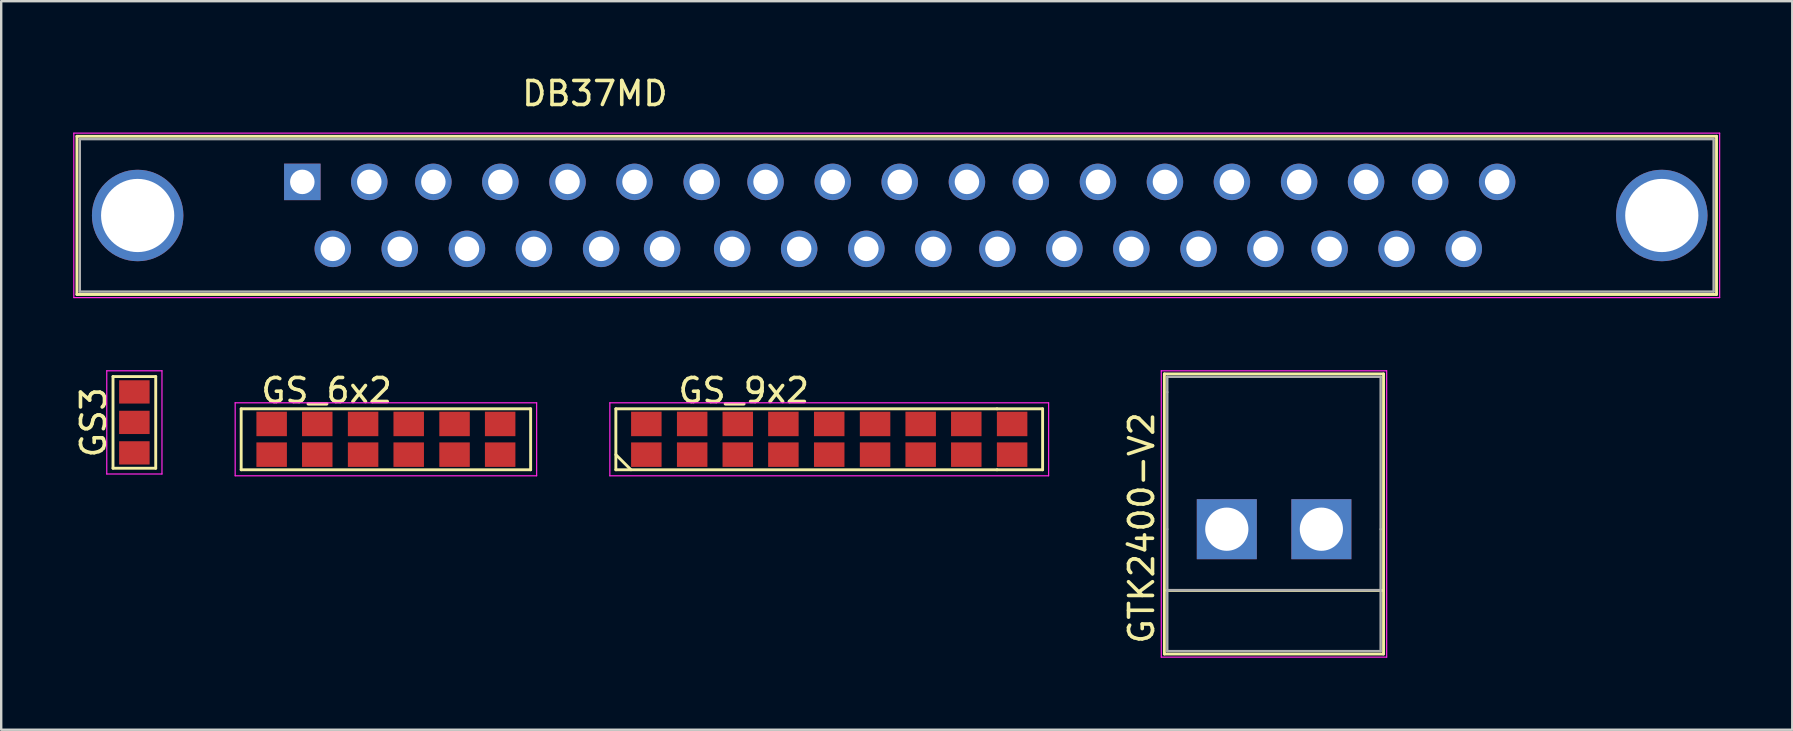
<source format=kicad_pcb>
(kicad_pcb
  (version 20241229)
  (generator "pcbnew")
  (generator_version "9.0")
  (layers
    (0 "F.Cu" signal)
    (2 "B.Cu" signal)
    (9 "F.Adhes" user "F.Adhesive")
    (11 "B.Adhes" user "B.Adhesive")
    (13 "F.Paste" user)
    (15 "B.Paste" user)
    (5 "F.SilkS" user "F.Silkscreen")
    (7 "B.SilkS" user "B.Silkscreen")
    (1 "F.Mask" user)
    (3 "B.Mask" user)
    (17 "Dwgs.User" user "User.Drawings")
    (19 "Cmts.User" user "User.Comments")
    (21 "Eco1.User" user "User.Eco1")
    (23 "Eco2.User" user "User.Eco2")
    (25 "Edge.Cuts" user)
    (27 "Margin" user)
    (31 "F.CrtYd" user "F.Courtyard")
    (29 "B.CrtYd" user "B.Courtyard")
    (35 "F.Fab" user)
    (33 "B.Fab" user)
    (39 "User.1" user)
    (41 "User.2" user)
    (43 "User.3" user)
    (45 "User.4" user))
  (footprint "GS_6x2"
    (layer "F.Cu")
    (at 13.028 15.252)
    (property "Reference" "GS_6x2" (at -2.47 -2.03 0) (layer "F.SilkS") (effects (font (size 1 1) (thickness 0.15))))
    (attr smd)
    (fp_line (start -6.03 -1.27) (end 6.03 -1.27) (stroke (width 0.12) (type solid)) (layer "F.SilkS"))
    (fp_line (start -6.03 1.27) (end -6.03 -1.27) (stroke (width 0.12) (type solid)) (layer "F.SilkS"))
    (fp_line (start 6.03 -1.27) (end 6.03 1.27) (stroke (width 0.12) (type solid)) (layer "F.SilkS"))
    (fp_line (start 6.03 1.27) (end -6.03 1.27) (stroke (width 0.12) (type solid)) (layer "F.SilkS"))
    (fp_line (start -6.28 -1.52) (end -6.28 1.52) (stroke (width 0.05) (type solid)) (layer "F.CrtYd"))
    (fp_line (start -6.28 -1.52) (end 6.28 -1.52) (stroke (width 0.05) (type solid)) (layer "F.CrtYd"))
    (fp_line (start 6.28 1.52) (end -6.28 1.52) (stroke (width 0.05) (type solid)) (layer "F.CrtYd"))
    (fp_line (start 6.28 1.52) (end 6.28 -1.52) (stroke (width 0.05) (type solid)) (layer "F.CrtYd"))
    (pad "1" smd rect (at -4.76 0.64) (size 1.27 1.02) (layers "F.Cu" "F.Mask" "F.Paste"))
    (pad "2" smd rect (at -4.76 -0.64) (size 1.27 1.02) (layers "F.Cu" "F.Mask" "F.Paste"))
    (pad "3" smd rect (at -2.86 0.64) (size 1.27 1.02) (layers "F.Cu" "F.Mask" "F.Paste"))
    (pad "4" smd rect (at -2.86 -0.64) (size 1.27 1.02) (layers "F.Cu" "F.Mask" "F.Paste"))
    (pad "5" smd rect (at -0.95 0.64) (size 1.27 1.02) (layers "F.Cu" "F.Mask" "F.Paste"))
    (pad "6" smd rect (at -0.95 -0.64) (size 1.27 1.02) (layers "F.Cu" "F.Mask" "F.Paste"))
    (pad "7" smd rect (at 0.95 0.64) (size 1.27 1.02) (layers "F.Cu" "F.Mask" "F.Paste"))
    (pad "8" smd rect (at 0.95 -0.64) (size 1.27 1.02) (layers "F.Cu" "F.Mask" "F.Paste"))
    (pad "9" smd rect (at 2.86 0.64) (size 1.27 1.02) (layers "F.Cu" "F.Mask" "F.Paste"))
    (pad "10" smd rect (at 2.86 -0.64) (size 1.27 1.02) (layers "F.Cu" "F.Mask" "F.Paste"))
    (pad "11" smd rect (at 4.76 0.64) (size 1.27 1.02) (layers "F.Cu" "F.Mask" "F.Paste"))
    (pad "12" smd rect (at 4.76 -0.64) (size 1.27 1.02) (layers "F.Cu" "F.Mask" "F.Paste")))
  (footprint "GS3"
    (layer "F.Cu")
    (at 2.548 14.548)
    (property "Reference" "GS3" (at -1.7 0 90) (layer "F.SilkS") (effects (font (size 1 1) (thickness 0.15))))
    (attr smd)
    (fp_line (start -0.89 -1.91) (end -0.89 1.91) (stroke (width 0.12) (type solid)) (layer "F.SilkS"))
    (fp_line (start -0.89 -1.91) (end 0.89 -1.91) (stroke (width 0.12) (type solid)) (layer "F.SilkS"))
    (fp_line (start -0.89 1.91) (end 0.89 1.91) (stroke (width 0.12) (type solid)) (layer "F.SilkS"))
    (fp_line (start 0.89 1.91) (end 0.89 -1.91) (stroke (width 0.12) (type solid)) (layer "F.SilkS"))
    (fp_line (start -1.15 -2.15) (end 1.15 -2.15) (stroke (width 0.05) (type solid)) (layer "F.CrtYd"))
    (fp_line (start -1.15 2.15) (end -1.15 -2.15) (stroke (width 0.05) (type solid)) (layer "F.CrtYd"))
    (fp_line (start 1.15 -2.15) (end 1.15 2.15) (stroke (width 0.05) (type solid)) (layer "F.CrtYd"))
    (fp_line (start 1.15 2.15) (end -1.15 2.15) (stroke (width 0.05) (type solid)) (layer "F.CrtYd"))
    (pad "1" smd rect (at 0 -1.27) (size 1.27 0.97) (layers "F.Cu" "F.Mask" "F.Paste"))
    (pad "2" smd rect (at 0 0) (size 1.27 0.97) (layers "F.Cu" "F.Mask" "F.Paste"))
    (pad "3" smd rect (at 0 1.27) (size 1.27 0.97) (layers "F.Cu" "F.Mask" "F.Paste")))
  (footprint "DB37MD"
    (layer "F.Cu")
    (at 9.545 4.528)
    (property "Reference" "DB37MD" (at 12.19 -3.68 0) (layer "F.SilkS") (effects (font (size 1 1) (thickness 0.15))))
    (attr through_hole)
    (fp_line (start -9.39 -1.9) (end -9.39 4.69) (stroke (width 0.12) (type solid)) (layer "F.SilkS"))
    (fp_line (start -9.39 -1.9) (end 58.92 -1.9) (stroke (width 0.12) (type solid)) (layer "F.SilkS"))
    (fp_line (start 58.92 4.69) (end -9.39 4.69) (stroke (width 0.12) (type solid)) (layer "F.SilkS"))
    (fp_line (start 58.92 4.69) (end 58.92 -1.9) (stroke (width 0.12) (type solid)) (layer "F.SilkS"))
    (fp_line (start -9.52 -2.03) (end -9.52 4.82) (stroke (width 0.05) (type solid)) (layer "F.CrtYd"))
    (fp_line (start -9.52 -2.03) (end 59.05 -2.03) (stroke (width 0.05) (type solid)) (layer "F.CrtYd"))
    (fp_line (start 59.05 4.82) (end -9.52 4.82) (stroke (width 0.05) (type solid)) (layer "F.CrtYd"))
    (fp_line (start 59.05 4.82) (end 59.05 -2.03) (stroke (width 0.05) (type solid)) (layer "F.CrtYd"))
    (fp_line (start -9.27 -1.78) (end -9.27 -1.78) (stroke (width 0.1) (type solid)) (layer "F.Fab"))
    (fp_line (start -9.27 -1.78) (end -9.27 4.57) (stroke (width 0.1) (type solid)) (layer "F.Fab"))
    (fp_line (start -9.27 4.57) (end 58.8 4.57) (stroke (width 0.1) (type solid)) (layer "F.Fab"))
    (fp_line (start 58.8 -1.78) (end -9.27 -1.78) (stroke (width 0.1) (type solid)) (layer "F.Fab"))
    (fp_line (start 58.8 4.57) (end 58.8 -1.78) (stroke (width 0.1) (type solid)) (layer "F.Fab"))
    (pad "" thru_hole circle (at -6.86 1.4) (size 3.81 3.81) (drill 3.05) (layers "*.Cu" "*.Mask"))
    (pad "" thru_hole circle (at 56.64 1.4) (size 3.81 3.81) (drill 3.05) (layers "*.Cu" "*.Mask"))
    (pad "1" thru_hole rect (at 0 0) (size 1.52 1.52) (drill 1.02) (layers "*.Cu" "*.Mask"))
    (pad "2" thru_hole circle (at 2.79 0) (size 1.52 1.52) (drill 1.02) (layers "*.Cu" "*.Mask"))
    (pad "3" thru_hole circle (at 5.46 0) (size 1.52 1.52) (drill 1.02) (layers "*.Cu" "*.Mask"))
    (pad "4" thru_hole circle (at 8.25 0) (size 1.52 1.52) (drill 1.02) (layers "*.Cu" "*.Mask"))
    (pad "5" thru_hole circle (at 11.05 0) (size 1.52 1.52) (drill 1.02) (layers "*.Cu" "*.Mask"))
    (pad "6" thru_hole circle (at 13.84 0) (size 1.52 1.52) (drill 1.02) (layers "*.Cu" "*.Mask"))
    (pad "7" thru_hole circle (at 16.64 0) (size 1.52 1.52) (drill 1.02) (layers "*.Cu" "*.Mask"))
    (pad "8" thru_hole circle (at 19.3 0) (size 1.52 1.52) (drill 1.02) (layers "*.Cu" "*.Mask"))
    (pad "9" thru_hole circle (at 22.1 0) (size 1.52 1.52) (drill 1.02) (layers "*.Cu" "*.Mask"))
    (pad "10" thru_hole circle (at 24.89 0) (size 1.52 1.52) (drill 1.02) (layers "*.Cu" "*.Mask"))
    (pad "11" thru_hole circle (at 27.69 0) (size 1.52 1.52) (drill 1.02) (layers "*.Cu" "*.Mask"))
    (pad "12" thru_hole circle (at 30.35 0) (size 1.52 1.52) (drill 1.02) (layers "*.Cu" "*.Mask"))
    (pad "13" thru_hole circle (at 33.15 0) (size 1.52 1.52) (drill 1.02) (layers "*.Cu" "*.Mask"))
    (pad "14" thru_hole circle (at 35.94 0) (size 1.52 1.52) (drill 1.02) (layers "*.Cu" "*.Mask"))
    (pad "15" thru_hole circle (at 38.73 0) (size 1.52 1.52) (drill 1.02) (layers "*.Cu" "*.Mask"))
    (pad "16" thru_hole circle (at 41.53 0) (size 1.52 1.52) (drill 1.02) (layers "*.Cu" "*.Mask"))
    (pad "17" thru_hole circle (at 44.32 0) (size 1.52 1.52) (drill 1.02) (layers "*.Cu" "*.Mask"))
    (pad "18" thru_hole circle (at 46.99 0) (size 1.52 1.52) (drill 1.02) (layers "*.Cu" "*.Mask"))
    (pad "19" thru_hole circle (at 49.78 0) (size 1.52 1.52) (drill 1.02) (layers "*.Cu" "*.Mask"))
    (pad "20" thru_hole circle (at 1.27 2.79) (size 1.52 1.52) (drill 1.02) (layers "*.Cu" "*.Mask"))
    (pad "21" thru_hole circle (at 4.06 2.79) (size 1.52 1.52) (drill 1.02) (layers "*.Cu" "*.Mask"))
    (pad "22" thru_hole circle (at 6.86 2.79) (size 1.52 1.52) (drill 1.02) (layers "*.Cu" "*.Mask"))
    (pad "23" thru_hole circle (at 9.65 2.79) (size 1.52 1.52) (drill 1.02) (layers "*.Cu" "*.Mask"))
    (pad "24" thru_hole circle (at 12.45 2.79) (size 1.52 1.52) (drill 1.02) (layers "*.Cu" "*.Mask"))
    (pad "25" thru_hole circle (at 14.99 2.79) (size 1.52 1.52) (drill 1.02) (layers "*.Cu" "*.Mask"))
    (pad "26" thru_hole circle (at 17.91 2.79) (size 1.52 1.52) (drill 1.02) (layers "*.Cu" "*.Mask"))
    (pad "27" thru_hole circle (at 20.7 2.79) (size 1.52 1.52) (drill 1.02) (layers "*.Cu" "*.Mask"))
    (pad "28" thru_hole circle (at 23.5 2.79) (size 1.52 1.52) (drill 1.02) (layers "*.Cu" "*.Mask"))
    (pad "29" thru_hole circle (at 26.29 2.79) (size 1.52 1.52) (drill 1.02) (layers "*.Cu" "*.Mask"))
    (pad "30" thru_hole circle (at 28.96 2.79) (size 1.52 1.52) (drill 1.02) (layers "*.Cu" "*.Mask"))
    (pad "31" thru_hole circle (at 31.75 2.79) (size 1.52 1.52) (drill 1.02) (layers "*.Cu" "*.Mask"))
    (pad "32" thru_hole circle (at 34.54 2.79) (size 1.52 1.52) (drill 1.02) (layers "*.Cu" "*.Mask"))
    (pad "33" thru_hole circle (at 37.34 2.79) (size 1.52 1.52) (drill 1.02) (layers "*.Cu" "*.Mask"))
    (pad "34" thru_hole circle (at 40.13 2.79) (size 1.52 1.52) (drill 1.02) (layers "*.Cu" "*.Mask"))
    (pad "35" thru_hole circle (at 42.8 2.79) (size 1.52 1.52) (drill 1.02) (layers "*.Cu" "*.Mask"))
    (pad "36" thru_hole circle (at 45.59 2.79) (size 1.52 1.52) (drill 1.02) (layers "*.Cu" "*.Mask"))
    (pad "37" thru_hole circle (at 48.39 2.79) (size 1.52 1.52) (drill 1.02) (layers "*.Cu" "*.Mask")))
  (footprint "GS_9x2"
    (layer "F.Cu")
    (at 31.498 15.252)
    (property "Reference" "GS_9x2" (at -3.56 -2.03 0) (layer "F.SilkS") (effects (font (size 1 1) (thickness 0.15))))
    (attr smd)
    (fp_line (start -8.89 -1.27) (end 6.99 -1.27) (stroke (width 0.12) (type solid)) (layer "F.SilkS"))
    (fp_line (start -8.89 0.64) (end -8.26 1.27) (stroke (width 0.12) (type solid)) (layer "F.SilkS"))
    (fp_line (start -8.89 1.27) (end -8.89 -1.27) (stroke (width 0.12) (type solid)) (layer "F.SilkS"))
    (fp_line (start 6.99 -1.27) (end 8.89 -1.27) (stroke (width 0.12) (type solid)) (layer "F.SilkS"))
    (fp_line (start 6.99 1.27) (end -8.89 1.27) (stroke (width 0.12) (type solid)) (layer "F.SilkS"))
    (fp_line (start 8.89 -1.27) (end 8.89 1.27) (stroke (width 0.12) (type solid)) (layer "F.SilkS"))
    (fp_line (start 8.89 1.27) (end 6.99 1.27) (stroke (width 0.12) (type solid)) (layer "F.SilkS"))
    (fp_line (start -9.14 -1.52) (end -9.14 1.52) (stroke (width 0.05) (type solid)) (layer "F.CrtYd"))
    (fp_line (start -9.14 -1.52) (end 9.14 -1.52) (stroke (width 0.05) (type solid)) (layer "F.CrtYd"))
    (fp_line (start 9.14 1.52) (end -9.14 1.52) (stroke (width 0.05) (type solid)) (layer "F.CrtYd"))
    (fp_line (start 9.14 1.52) (end 9.14 -1.52) (stroke (width 0.05) (type solid)) (layer "F.CrtYd"))
    (pad "1" smd rect (at -7.62 0.64) (size 1.27 1.02) (layers "F.Cu" "F.Mask" "F.Paste"))
    (pad "2" smd rect (at -7.62 -0.64) (size 1.27 1.02) (layers "F.Cu" "F.Mask" "F.Paste"))
    (pad "3" smd rect (at -5.71 0.64) (size 1.27 1.02) (layers "F.Cu" "F.Mask" "F.Paste"))
    (pad "4" smd rect (at -5.71 -0.64) (size 1.27 1.02) (layers "F.Cu" "F.Mask" "F.Paste"))
    (pad "5" smd rect (at -3.81 0.64) (size 1.27 1.02) (layers "F.Cu" "F.Mask" "F.Paste"))
    (pad "6" smd rect (at -3.81 -0.64) (size 1.27 1.02) (layers "F.Cu" "F.Mask" "F.Paste"))
    (pad "7" smd rect (at -1.91 0.64) (size 1.27 1.02) (layers "F.Cu" "F.Mask" "F.Paste"))
    (pad "8" smd rect (at -1.91 -0.64) (size 1.27 1.02) (layers "F.Cu" "F.Mask" "F.Paste"))
    (pad "9" smd rect (at 0 0.64) (size 1.27 1.02) (layers "F.Cu" "F.Mask" "F.Paste"))
    (pad "10" smd rect (at 0 -0.64) (size 1.27 1.02) (layers "F.Cu" "F.Mask" "F.Paste"))
    (pad "11" smd rect (at 1.91 0.64) (size 1.27 1.02) (layers "F.Cu" "F.Mask" "F.Paste"))
    (pad "12" smd rect (at 1.91 -0.64) (size 1.27 1.02) (layers "F.Cu" "F.Mask" "F.Paste"))
    (pad "13" smd rect (at 3.81 0.64) (size 1.27 1.02) (layers "F.Cu" "F.Mask" "F.Paste"))
    (pad "14" smd rect (at 3.81 -0.64) (size 1.27 1.02) (layers "F.Cu" "F.Mask" "F.Paste"))
    (pad "15" smd rect (at 5.71 0.64) (size 1.27 1.02) (layers "F.Cu" "F.Mask" "F.Paste"))
    (pad "16" smd rect (at 5.71 -0.64) (size 1.27 1.02) (layers "F.Cu" "F.Mask" "F.Paste"))
    (pad "17" smd rect (at 7.62 0.64) (size 1.27 1.02) (layers "F.Cu" "F.Mask" "F.Paste"))
    (pad "18" smd rect (at 7.62 -0.64) (size 1.27 1.02) (layers "F.Cu" "F.Mask" "F.Paste")))
  (footprint "GTK2400-V2"
    (layer "F.Cu")
    (at 48.062 18.998)
    (property "Reference" "GTK2400-V2" (at -3.55 -0.05 270) (layer "F.SilkS") (effects (font (size 1 1) (thickness 0.15))))
    (attr through_hole)
    (fp_line (start -2.6 -6.47) (end -2.6 5.2) (stroke (width 0.12) (type solid)) (layer "F.SilkS"))
    (fp_line (start -2.6 -6.47) (end 6.53 -6.47) (stroke (width 0.12) (type solid)) (layer "F.SilkS"))
    (fp_line (start -2.5 2.55) (end 6.5 2.55) (stroke (width 0.12) (type solid)) (layer "F.SilkS"))
    (fp_line (start 6.53 5.2) (end -2.6 5.2) (stroke (width 0.12) (type solid)) (layer "F.SilkS"))
    (fp_line (start 6.53 5.2) (end 6.53 -6.47) (stroke (width 0.12) (type solid)) (layer "F.SilkS"))
    (fp_line (start -2.73 -6.6) (end -2.73 5.33) (stroke (width 0.05) (type solid)) (layer "F.CrtYd"))
    (fp_line (start -2.73 -6.6) (end 6.66 -6.6) (stroke (width 0.05) (type solid)) (layer "F.CrtYd"))
    (fp_line (start 6.66 5.33) (end -2.73 5.33) (stroke (width 0.05) (type solid)) (layer "F.CrtYd"))
    (fp_line (start 6.66 5.33) (end 6.66 -6.6) (stroke (width 0.05) (type solid)) (layer "F.CrtYd"))
    (fp_line (start -2.48 -6.35) (end 6.41 -6.35) (stroke (width 0.1) (type solid)) (layer "F.Fab"))
    (fp_line (start -2.48 -5.71) (end -2.48 -6.35) (stroke (width 0.1) (type solid)) (layer "F.Fab"))
    (fp_line (start -2.48 0) (end -2.48 -5.71) (stroke (width 0.1) (type solid)) (layer "F.Fab"))
    (fp_line (start -2.48 2.54) (end 6.41 2.54) (stroke (width 0.1) (type solid)) (layer "F.Fab"))
    (fp_line (start -2.48 5.08) (end -2.48 0) (stroke (width 0.1) (type solid)) (layer "F.Fab"))
    (fp_line (start 6.41 -6.35) (end 6.41 0) (stroke (width 0.1) (type solid)) (layer "F.Fab"))
    (fp_line (start 6.41 0) (end 6.41 5.08) (stroke (width 0.1) (type solid)) (layer "F.Fab"))
    (fp_line (start 6.41 5.08) (end -2.48 5.08) (stroke (width 0.1) (type solid)) (layer "F.Fab"))
    (pad "1" thru_hole rect (at 0 0) (size 2.5 2.5) (drill 1.8) (layers "*.Cu" "*.Mask"))
    (pad "2" thru_hole rect (at 3.94 0) (size 2.5 2.5) (drill 1.8) (layers "*.Cu" "*.Mask")))
  (gr_rect
    (start -3 -3)
    (end 71.62 27.353)
    (stroke (width 0.1) (type default))
    (fill no)
    (layer "Edge.Cuts")))
</source>
